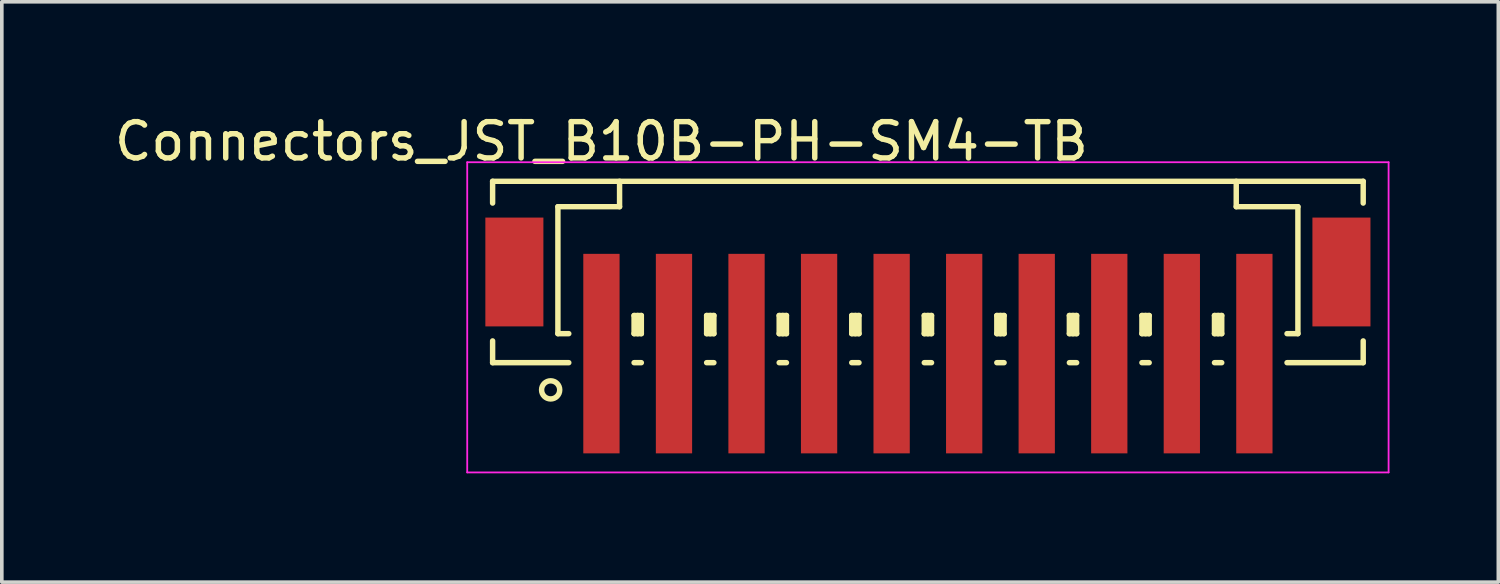
<source format=kicad_pcb>
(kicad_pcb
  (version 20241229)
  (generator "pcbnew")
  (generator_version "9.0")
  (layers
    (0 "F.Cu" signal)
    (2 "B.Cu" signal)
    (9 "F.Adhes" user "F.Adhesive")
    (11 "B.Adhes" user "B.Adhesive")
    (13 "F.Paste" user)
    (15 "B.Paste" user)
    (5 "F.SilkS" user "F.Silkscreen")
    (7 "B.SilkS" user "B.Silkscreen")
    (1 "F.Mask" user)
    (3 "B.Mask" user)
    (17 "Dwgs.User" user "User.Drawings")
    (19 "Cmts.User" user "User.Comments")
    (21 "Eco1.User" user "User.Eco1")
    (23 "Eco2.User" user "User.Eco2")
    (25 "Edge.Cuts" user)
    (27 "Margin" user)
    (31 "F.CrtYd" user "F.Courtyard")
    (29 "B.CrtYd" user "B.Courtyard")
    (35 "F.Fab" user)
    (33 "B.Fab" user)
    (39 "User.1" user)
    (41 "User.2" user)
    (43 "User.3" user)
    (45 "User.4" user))
  (footprint "Connectors_JST_B10B-PH-SM4-TB"
    (layer "F.Cu")
    (at 22.53 5.573)
    (property "Reference" "Connectors_JST_B10B-PH-SM4-TB" (at -9 -4.725 0) (layer "F.SilkS") (effects (font (size 1 1) (thickness 0.15))))
    (attr smd)
    (fp_line (start -12 -3.625) (end 12 -3.625) (stroke (width 0.15) (type solid)) (layer "F.SilkS"))
    (fp_line (start -12 -3.025) (end -12 -3.625) (stroke (width 0.15) (type solid)) (layer "F.SilkS"))
    (fp_line (start -12 0.775) (end -12 1.375) (stroke (width 0.15) (type solid)) (layer "F.SilkS"))
    (fp_line (start -12 1.375) (end -9.9 1.375) (stroke (width 0.15) (type solid)) (layer "F.SilkS"))
    (fp_line (start -10.2 -2.925) (end -10.2 0.575) (stroke (width 0.15) (type solid)) (layer "F.SilkS"))
    (fp_line (start -10.2 0.575) (end -9.9 0.575) (stroke (width 0.15) (type solid)) (layer "F.SilkS"))
    (fp_line (start -8.5 -3.625) (end -8.5 -2.925) (stroke (width 0.15) (type solid)) (layer "F.SilkS"))
    (fp_line (start -8.5 -2.925) (end -10.2 -2.925) (stroke (width 0.15) (type solid)) (layer "F.SilkS"))
    (fp_line (start -8.1 0.075) (end -7.9 0.075) (stroke (width 0.15) (type solid)) (layer "F.SilkS"))
    (fp_line (start -8.1 0.575) (end -8.1 0.075) (stroke (width 0.15) (type solid)) (layer "F.SilkS"))
    (fp_line (start -8.1 0.575) (end -7.9 0.575) (stroke (width 0.15) (type solid)) (layer "F.SilkS"))
    (fp_line (start -8.1 1.375) (end -7.9 1.375) (stroke (width 0.15) (type solid)) (layer "F.SilkS"))
    (fp_line (start -8 0.575) (end -8 0.075) (stroke (width 0.15) (type solid)) (layer "F.SilkS"))
    (fp_line (start -7.9 0.075) (end -7.9 0.575) (stroke (width 0.15) (type solid)) (layer "F.SilkS"))
    (fp_line (start -6.1 0.075) (end -5.9 0.075) (stroke (width 0.15) (type solid)) (layer "F.SilkS"))
    (fp_line (start -6.1 0.575) (end -6.1 0.075) (stroke (width 0.15) (type solid)) (layer "F.SilkS"))
    (fp_line (start -6.1 0.575) (end -5.9 0.575) (stroke (width 0.15) (type solid)) (layer "F.SilkS"))
    (fp_line (start -6.1 1.375) (end -5.9 1.375) (stroke (width 0.15) (type solid)) (layer "F.SilkS"))
    (fp_line (start -6 0.575) (end -6 0.075) (stroke (width 0.15) (type solid)) (layer "F.SilkS"))
    (fp_line (start -5.9 0.075) (end -5.9 0.575) (stroke (width 0.15) (type solid)) (layer "F.SilkS"))
    (fp_line (start -4.1 0.075) (end -3.9 0.075) (stroke (width 0.15) (type solid)) (layer "F.SilkS"))
    (fp_line (start -4.1 0.575) (end -4.1 0.075) (stroke (width 0.15) (type solid)) (layer "F.SilkS"))
    (fp_line (start -4.1 0.575) (end -3.9 0.575) (stroke (width 0.15) (type solid)) (layer "F.SilkS"))
    (fp_line (start -4.1 1.375) (end -3.9 1.375) (stroke (width 0.15) (type solid)) (layer "F.SilkS"))
    (fp_line (start -4 0.575) (end -4 0.075) (stroke (width 0.15) (type solid)) (layer "F.SilkS"))
    (fp_line (start -3.9 0.075) (end -3.9 0.575) (stroke (width 0.15) (type solid)) (layer "F.SilkS"))
    (fp_line (start -2.1 0.075) (end -1.9 0.075) (stroke (width 0.15) (type solid)) (layer "F.SilkS"))
    (fp_line (start -2.1 0.575) (end -2.1 0.075) (stroke (width 0.15) (type solid)) (layer "F.SilkS"))
    (fp_line (start -2.1 0.575) (end -1.9 0.575) (stroke (width 0.15) (type solid)) (layer "F.SilkS"))
    (fp_line (start -2.1 1.375) (end -1.9 1.375) (stroke (width 0.15) (type solid)) (layer "F.SilkS"))
    (fp_line (start -2 0.575) (end -2 0.075) (stroke (width 0.15) (type solid)) (layer "F.SilkS"))
    (fp_line (start -1.9 0.075) (end -1.9 0.575) (stroke (width 0.15) (type solid)) (layer "F.SilkS"))
    (fp_line (start -0.1 0.075) (end 0.1 0.075) (stroke (width 0.15) (type solid)) (layer "F.SilkS"))
    (fp_line (start -0.1 0.575) (end -0.1 0.075) (stroke (width 0.15) (type solid)) (layer "F.SilkS"))
    (fp_line (start -0.1 0.575) (end 0.1 0.575) (stroke (width 0.15) (type solid)) (layer "F.SilkS"))
    (fp_line (start -0.1 1.375) (end 0.1 1.375) (stroke (width 0.15) (type solid)) (layer "F.SilkS"))
    (fp_line (start 0 0.575) (end 0 0.075) (stroke (width 0.15) (type solid)) (layer "F.SilkS"))
    (fp_line (start 0.1 0.075) (end 0.1 0.575) (stroke (width 0.15) (type solid)) (layer "F.SilkS"))
    (fp_line (start 1.9 0.075) (end 2.1 0.075) (stroke (width 0.15) (type solid)) (layer "F.SilkS"))
    (fp_line (start 1.9 0.575) (end 1.9 0.075) (stroke (width 0.15) (type solid)) (layer "F.SilkS"))
    (fp_line (start 1.9 0.575) (end 2.1 0.575) (stroke (width 0.15) (type solid)) (layer "F.SilkS"))
    (fp_line (start 1.9 1.375) (end 2.1 1.375) (stroke (width 0.15) (type solid)) (layer "F.SilkS"))
    (fp_line (start 2 0.575) (end 2 0.075) (stroke (width 0.15) (type solid)) (layer "F.SilkS"))
    (fp_line (start 2.1 0.075) (end 2.1 0.575) (stroke (width 0.15) (type solid)) (layer "F.SilkS"))
    (fp_line (start 3.9 0.075) (end 4.1 0.075) (stroke (width 0.15) (type solid)) (layer "F.SilkS"))
    (fp_line (start 3.9 0.575) (end 3.9 0.075) (stroke (width 0.15) (type solid)) (layer "F.SilkS"))
    (fp_line (start 3.9 0.575) (end 4.1 0.575) (stroke (width 0.15) (type solid)) (layer "F.SilkS"))
    (fp_line (start 3.9 1.375) (end 4.1 1.375) (stroke (width 0.15) (type solid)) (layer "F.SilkS"))
    (fp_line (start 4 0.575) (end 4 0.075) (stroke (width 0.15) (type solid)) (layer "F.SilkS"))
    (fp_line (start 4.1 0.075) (end 4.1 0.575) (stroke (width 0.15) (type solid)) (layer "F.SilkS"))
    (fp_line (start 5.9 0.075) (end 6.1 0.075) (stroke (width 0.15) (type solid)) (layer "F.SilkS"))
    (fp_line (start 5.9 0.575) (end 5.9 0.075) (stroke (width 0.15) (type solid)) (layer "F.SilkS"))
    (fp_line (start 5.9 0.575) (end 6.1 0.575) (stroke (width 0.15) (type solid)) (layer "F.SilkS"))
    (fp_line (start 5.9 1.375) (end 6.1 1.375) (stroke (width 0.15) (type solid)) (layer "F.SilkS"))
    (fp_line (start 6 0.575) (end 6 0.075) (stroke (width 0.15) (type solid)) (layer "F.SilkS"))
    (fp_line (start 6.1 0.075) (end 6.1 0.575) (stroke (width 0.15) (type solid)) (layer "F.SilkS"))
    (fp_line (start 7.9 0.075) (end 8.1 0.075) (stroke (width 0.15) (type solid)) (layer "F.SilkS"))
    (fp_line (start 7.9 0.575) (end 7.9 0.075) (stroke (width 0.15) (type solid)) (layer "F.SilkS"))
    (fp_line (start 7.9 0.575) (end 8.1 0.575) (stroke (width 0.15) (type solid)) (layer "F.SilkS"))
    (fp_line (start 7.9 1.375) (end 8.1 1.375) (stroke (width 0.15) (type solid)) (layer "F.SilkS"))
    (fp_line (start 8 0.575) (end 8 0.075) (stroke (width 0.15) (type solid)) (layer "F.SilkS"))
    (fp_line (start 8.1 0.075) (end 8.1 0.575) (stroke (width 0.15) (type solid)) (layer "F.SilkS"))
    (fp_line (start 8.5 -3.625) (end 8.5 -2.925) (stroke (width 0.15) (type solid)) (layer "F.SilkS"))
    (fp_line (start 8.5 -2.925) (end 10.2 -2.925) (stroke (width 0.15) (type solid)) (layer "F.SilkS"))
    (fp_line (start 10.2 -2.925) (end 10.2 0.575) (stroke (width 0.15) (type solid)) (layer "F.SilkS"))
    (fp_line (start 10.2 0.575) (end 9.9 0.575) (stroke (width 0.15) (type solid)) (layer "F.SilkS"))
    (fp_line (start 12 -3.625) (end 12 -3.025) (stroke (width 0.15) (type solid)) (layer "F.SilkS"))
    (fp_line (start 12 0.775) (end 12 1.375) (stroke (width 0.15) (type solid)) (layer "F.SilkS"))
    (fp_line (start 12 1.375) (end 9.9 1.375) (stroke (width 0.15) (type solid)) (layer "F.SilkS"))
    (fp_circle (center -10.4 2.125) (end -10.15 2.125) (stroke (width 0.15) (type solid)) (fill no) (layer "F.SilkS"))
    (fp_line (start -12.7 -4.15) (end 12.7 -4.15) (stroke (width 0.05) (type solid)) (layer "F.CrtYd"))
    (fp_line (start -12.7 4.4) (end -12.7 -4.15) (stroke (width 0.05) (type solid)) (layer "F.CrtYd"))
    (fp_line (start 12.7 -4.15) (end 12.7 4.4) (stroke (width 0.05) (type solid)) (layer "F.CrtYd"))
    (fp_line (start 12.7 4.4) (end -12.7 4.4) (stroke (width 0.05) (type solid)) (layer "F.CrtYd"))
    (pad "" smd rect (at -11.4 -1.125) (size 1.6 3) (layers "F.Cu" "F.Mask" "F.Paste"))
    (pad "" smd rect (at 11.4 -1.125) (size 1.6 3) (layers "F.Cu" "F.Mask" "F.Paste"))
    (pad "1" smd rect (at -9 1.125) (size 1 5.5) (layers "F.Cu" "F.Mask" "F.Paste"))
    (pad "2" smd rect (at -7 1.125) (size 1 5.5) (layers "F.Cu" "F.Mask" "F.Paste"))
    (pad "3" smd rect (at -5 1.125) (size 1 5.5) (layers "F.Cu" "F.Mask" "F.Paste"))
    (pad "4" smd rect (at -3 1.125) (size 1 5.5) (layers "F.Cu" "F.Mask" "F.Paste"))
    (pad "5" smd rect (at -1 1.125) (size 1 5.5) (layers "F.Cu" "F.Mask" "F.Paste"))
    (pad "6" smd rect (at 1 1.125) (size 1 5.5) (layers "F.Cu" "F.Mask" "F.Paste"))
    (pad "7" smd rect (at 3 1.125) (size 1 5.5) (layers "F.Cu" "F.Mask" "F.Paste"))
    (pad "8" smd rect (at 5 1.125) (size 1 5.5) (layers "F.Cu" "F.Mask" "F.Paste"))
    (pad "9" smd rect (at 7 1.125) (size 1 5.5) (layers "F.Cu" "F.Mask" "F.Paste"))
    (pad "10" smd rect (at 9 1.125) (size 1 5.5) (layers "F.Cu" "F.Mask" "F.Paste")))
  (gr_rect
    (start -3 -3)
    (end 38.255 12.998)
    (stroke (width 0.1) (type default))
    (fill no)
    (layer "Edge.Cuts")))
</source>
